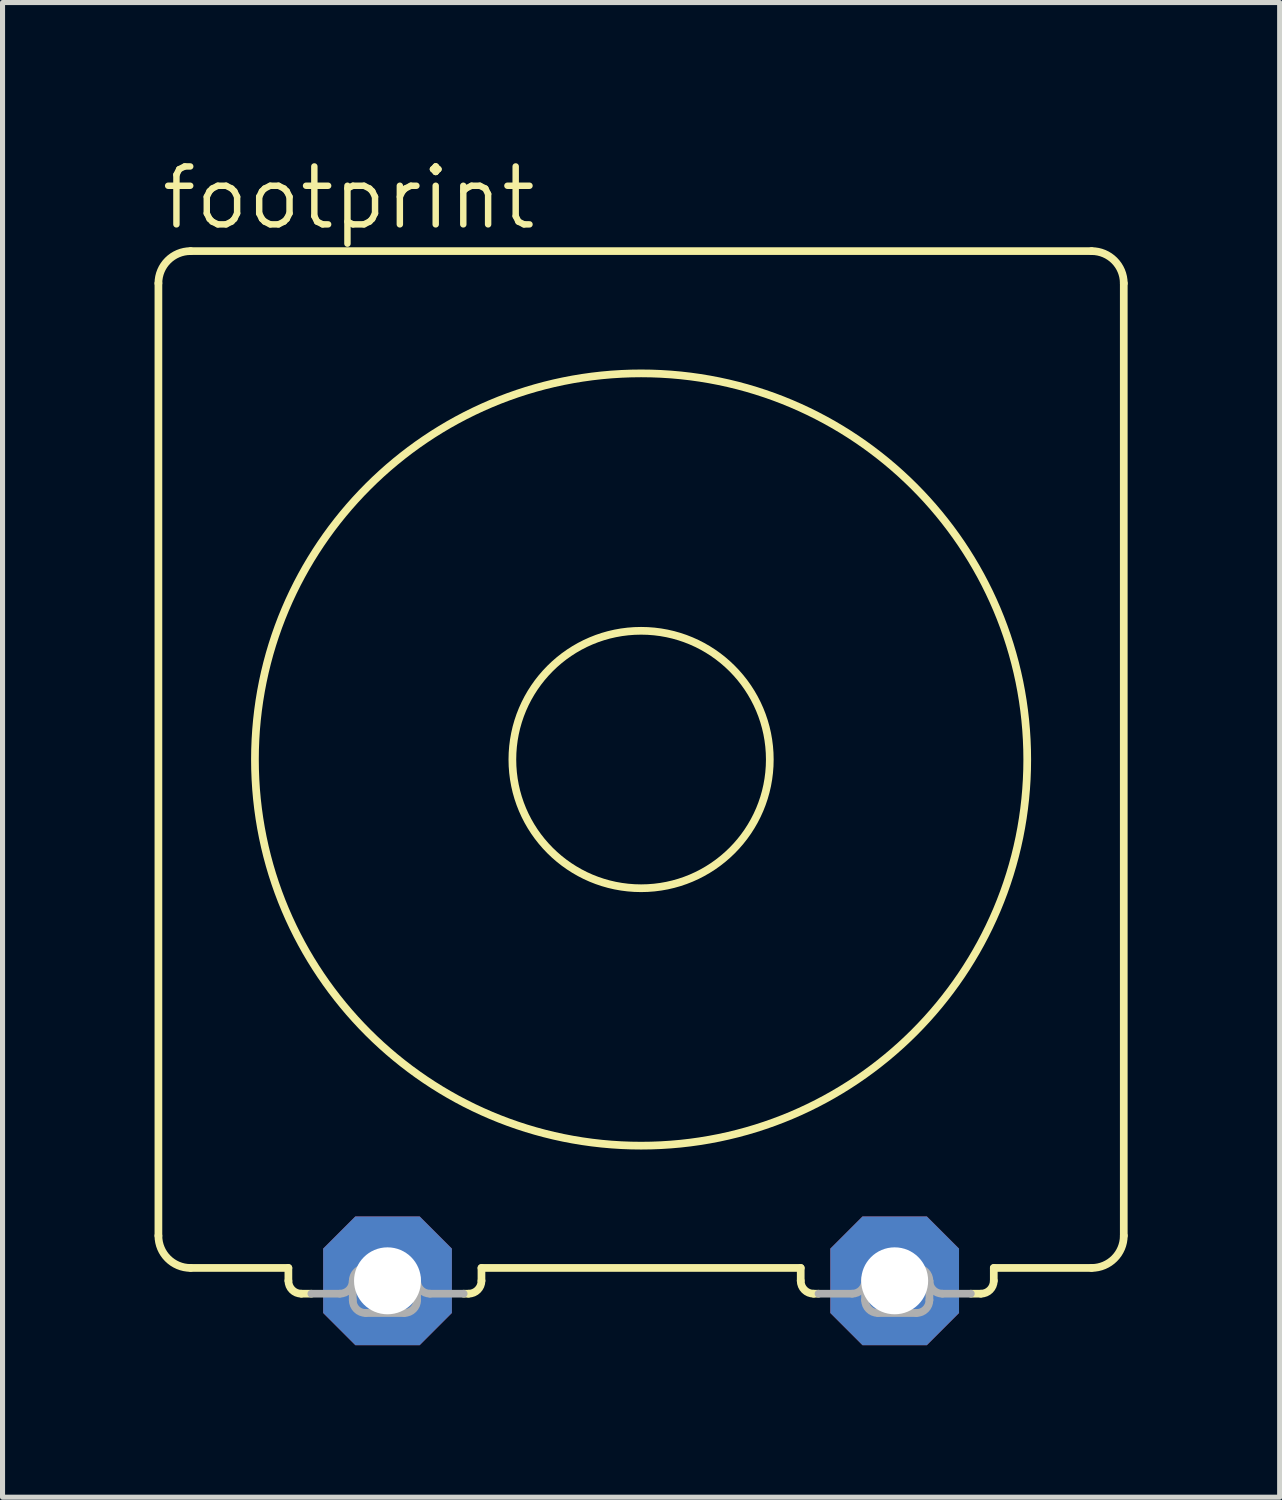
<source format=kicad_pcb>
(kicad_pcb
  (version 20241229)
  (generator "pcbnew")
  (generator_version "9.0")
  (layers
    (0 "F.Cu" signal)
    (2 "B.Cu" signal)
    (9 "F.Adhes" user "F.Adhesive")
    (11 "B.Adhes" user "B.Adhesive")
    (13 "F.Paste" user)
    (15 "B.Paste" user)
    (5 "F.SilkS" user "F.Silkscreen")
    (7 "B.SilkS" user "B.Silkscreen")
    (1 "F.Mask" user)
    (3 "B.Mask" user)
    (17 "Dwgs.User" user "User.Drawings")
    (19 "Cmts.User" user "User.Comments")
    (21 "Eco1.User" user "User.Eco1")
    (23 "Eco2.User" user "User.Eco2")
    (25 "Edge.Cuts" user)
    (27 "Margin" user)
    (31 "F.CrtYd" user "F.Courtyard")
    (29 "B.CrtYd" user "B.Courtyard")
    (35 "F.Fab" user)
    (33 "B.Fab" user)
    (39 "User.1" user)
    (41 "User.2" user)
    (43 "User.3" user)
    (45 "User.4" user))
  (footprint "footprint"
    (layer "F.Cu")
    (at 9.601 11.938)
    (property "Reference" "footprint" (at -9.525 -10.414 0) (layer "F.SilkS") (effects (font (size 1.143 1.143) (thickness 0.127)) (justify left bottom)))
    (fp_line (start -9.525 9.398) (end -9.525 -9.398) (stroke (width 0.152) (type solid)) (layer "F.SilkS"))
    (fp_line (start -8.89 -10.033) (end 8.89 -10.033) (stroke (width 0.152) (type solid)) (layer "F.SilkS"))
    (fp_line (start -8.89 10.033) (end -6.96 10.033) (stroke (width 0.152) (type solid)) (layer "F.SilkS"))
    (fp_line (start -6.96 10.033) (end -6.96 10.287) (stroke (width 0.152) (type solid)) (layer "F.SilkS"))
    (fp_line (start -6.706 10.541) (end -6.507 10.541) (stroke (width 0.152) (type solid)) (layer "F.SilkS"))
    (fp_line (start -3.501 10.541) (end -3.404 10.541) (stroke (width 0.152) (type solid)) (layer "F.SilkS"))
    (fp_line (start -3.15 10.033) (end 3.15 10.033) (stroke (width 0.152) (type solid)) (layer "F.SilkS"))
    (fp_line (start -3.15 10.287) (end -3.15 10.033) (stroke (width 0.152) (type solid)) (layer "F.SilkS"))
    (fp_line (start 3.15 10.287) (end 3.15 10.033) (stroke (width 0.152) (type solid)) (layer "F.SilkS"))
    (fp_line (start 3.501 10.541) (end 3.404 10.541) (stroke (width 0.152) (type solid)) (layer "F.SilkS"))
    (fp_line (start 6.706 10.541) (end 6.507 10.541) (stroke (width 0.152) (type solid)) (layer "F.SilkS"))
    (fp_line (start 6.96 10.033) (end 6.96 10.287) (stroke (width 0.152) (type solid)) (layer "F.SilkS"))
    (fp_line (start 6.96 10.033) (end 8.89 10.033) (stroke (width 0.152) (type solid)) (layer "F.SilkS"))
    (fp_line (start 9.525 9.398) (end 9.525 -9.398) (stroke (width 0.152) (type solid)) (layer "F.SilkS"))
    (fp_arc (start -9.525 -9.398) (mid -9.339013 -9.847013) (end -8.89 -10.033) (stroke (width 0.1524) (type solid)) (layer "F.SilkS"))
    (fp_arc (start -8.89 10.033) (mid -9.339013 9.847013) (end -9.525 9.398) (stroke (width 0.1524) (type solid)) (layer "F.SilkS"))
    (fp_arc (start -6.7056 10.541) (mid -6.885205 10.466605) (end -6.9596 10.287) (stroke (width 0.1524) (type solid)) (layer "F.SilkS"))
    (fp_arc (start -3.1496 10.287) (mid -3.223995 10.466605) (end -3.4036 10.541) (stroke (width 0.1524) (type solid)) (layer "F.SilkS"))
    (fp_arc (start 3.4036 10.541) (mid 3.223995 10.466605) (end 3.1496 10.287) (stroke (width 0.1524) (type solid)) (layer "F.SilkS"))
    (fp_arc (start 6.9596 10.287) (mid 6.885205 10.466605) (end 6.7056 10.541) (stroke (width 0.1524) (type solid)) (layer "F.SilkS"))
    (fp_arc (start 8.89 -10.033) (mid 9.339013 -9.847013) (end 9.525 -9.398) (stroke (width 0.1524) (type solid)) (layer "F.SilkS"))
    (fp_arc (start 9.525 9.398) (mid 9.339013 9.847013) (end 8.89 10.033) (stroke (width 0.1524) (type solid)) (layer "F.SilkS"))
    (fp_circle (center 0 0) (end 2.54 0) (stroke (width 0.152) (type solid)) (fill no) (layer "F.SilkS"))
    (fp_circle (center 0 0) (end 7.62 0) (stroke (width 0.152) (type solid)) (fill no) (layer "F.SilkS"))
    (fp_line (start -6.507 10.541) (end -5.944 10.541) (stroke (width 0.152) (type solid)) (layer "F.Fab"))
    (fp_line (start -5.69 10.668) (end -5.69 10.287) (stroke (width 0.152) (type solid)) (layer "F.Fab"))
    (fp_line (start -5.436 10.033) (end -4.674 10.033) (stroke (width 0.152) (type solid)) (layer "F.Fab"))
    (fp_line (start -5.436 10.922) (end -4.674 10.922) (stroke (width 0.152) (type solid)) (layer "F.Fab"))
    (fp_line (start -4.42 10.668) (end -4.42 10.287) (stroke (width 0.152) (type solid)) (layer "F.Fab"))
    (fp_line (start -4.166 10.541) (end -3.501 10.541) (stroke (width 0.152) (type solid)) (layer "F.Fab"))
    (fp_line (start 4.166 10.541) (end 3.501 10.541) (stroke (width 0.152) (type solid)) (layer "F.Fab"))
    (fp_line (start 4.42 10.668) (end 4.42 10.287) (stroke (width 0.152) (type solid)) (layer "F.Fab"))
    (fp_line (start 4.674 10.033) (end 5.436 10.033) (stroke (width 0.152) (type solid)) (layer "F.Fab"))
    (fp_line (start 4.674 10.922) (end 5.436 10.922) (stroke (width 0.152) (type solid)) (layer "F.Fab"))
    (fp_line (start 5.69 10.287) (end 5.69 10.668) (stroke (width 0.152) (type solid)) (layer "F.Fab"))
    (fp_line (start 6.507 10.541) (end 5.944 10.541) (stroke (width 0.152) (type solid)) (layer "F.Fab"))
    (fp_arc (start -5.6896 10.287) (mid -5.763995 10.466605) (end -5.9436 10.541) (stroke (width 0.1524) (type solid)) (layer "F.Fab"))
    (fp_arc (start -5.6896 10.287) (mid -5.615205 10.107395) (end -5.4356 10.033) (stroke (width 0.1524) (type solid)) (layer "F.Fab"))
    (fp_arc (start -5.4356 10.922) (mid -5.615205 10.847605) (end -5.6896 10.668) (stroke (width 0.1524) (type solid)) (layer "F.Fab"))
    (fp_arc (start -4.6736 10.033) (mid -4.493995 10.107395) (end -4.4196 10.287) (stroke (width 0.1524) (type solid)) (layer "F.Fab"))
    (fp_arc (start -4.4196 10.668) (mid -4.493995 10.847605) (end -4.6736 10.922) (stroke (width 0.1524) (type solid)) (layer "F.Fab"))
    (fp_arc (start -4.1656 10.541) (mid -4.345205 10.466605) (end -4.4196 10.287) (stroke (width 0.1524) (type solid)) (layer "F.Fab"))
    (fp_arc (start 4.4196 10.287) (mid 4.345205 10.466605) (end 4.1656 10.541) (stroke (width 0.1524) (type solid)) (layer "F.Fab"))
    (fp_arc (start 4.4196 10.287) (mid 4.493995 10.107395) (end 4.6736 10.033) (stroke (width 0.1524) (type solid)) (layer "F.Fab"))
    (fp_arc (start 4.6736 10.922) (mid 4.493995 10.847605) (end 4.4196 10.668) (stroke (width 0.1524) (type solid)) (layer "F.Fab"))
    (fp_arc (start 5.4356 10.033) (mid 5.615205 10.107395) (end 5.6896 10.287) (stroke (width 0.1524) (type solid)) (layer "F.Fab"))
    (fp_arc (start 5.6896 10.668) (mid 5.615205 10.847605) (end 5.4356 10.922) (stroke (width 0.1524) (type solid)) (layer "F.Fab"))
    (fp_arc (start 5.9436 10.541) (mid 5.763995 10.466605) (end 5.6896 10.287) (stroke (width 0.1524) (type solid)) (layer "F.Fab"))
    (pad "1" thru_hole roundrect (at -5.004 10.287) (size 2.54 2.54) (drill 1.321) (layers "*.Cu" "*.Mask") (roundrect_rratio 0.25) (chamfer_ratio 0.25) (chamfer top_left top_right bottom_left bottom_right))
    (pad "2" thru_hole roundrect (at 5.004 10.287) (size 2.54 2.54) (drill 1.321) (layers "*.Cu" "*.Mask") (roundrect_rratio 0.25) (chamfer_ratio 0.25) (chamfer top_left top_right bottom_left bottom_right)))
  (gr_rect
    (start -3 -3)
    (end 22.202 26.495)
    (stroke (width 0.1) (type default))
    (fill no)
    (layer "Edge.Cuts")))
</source>
